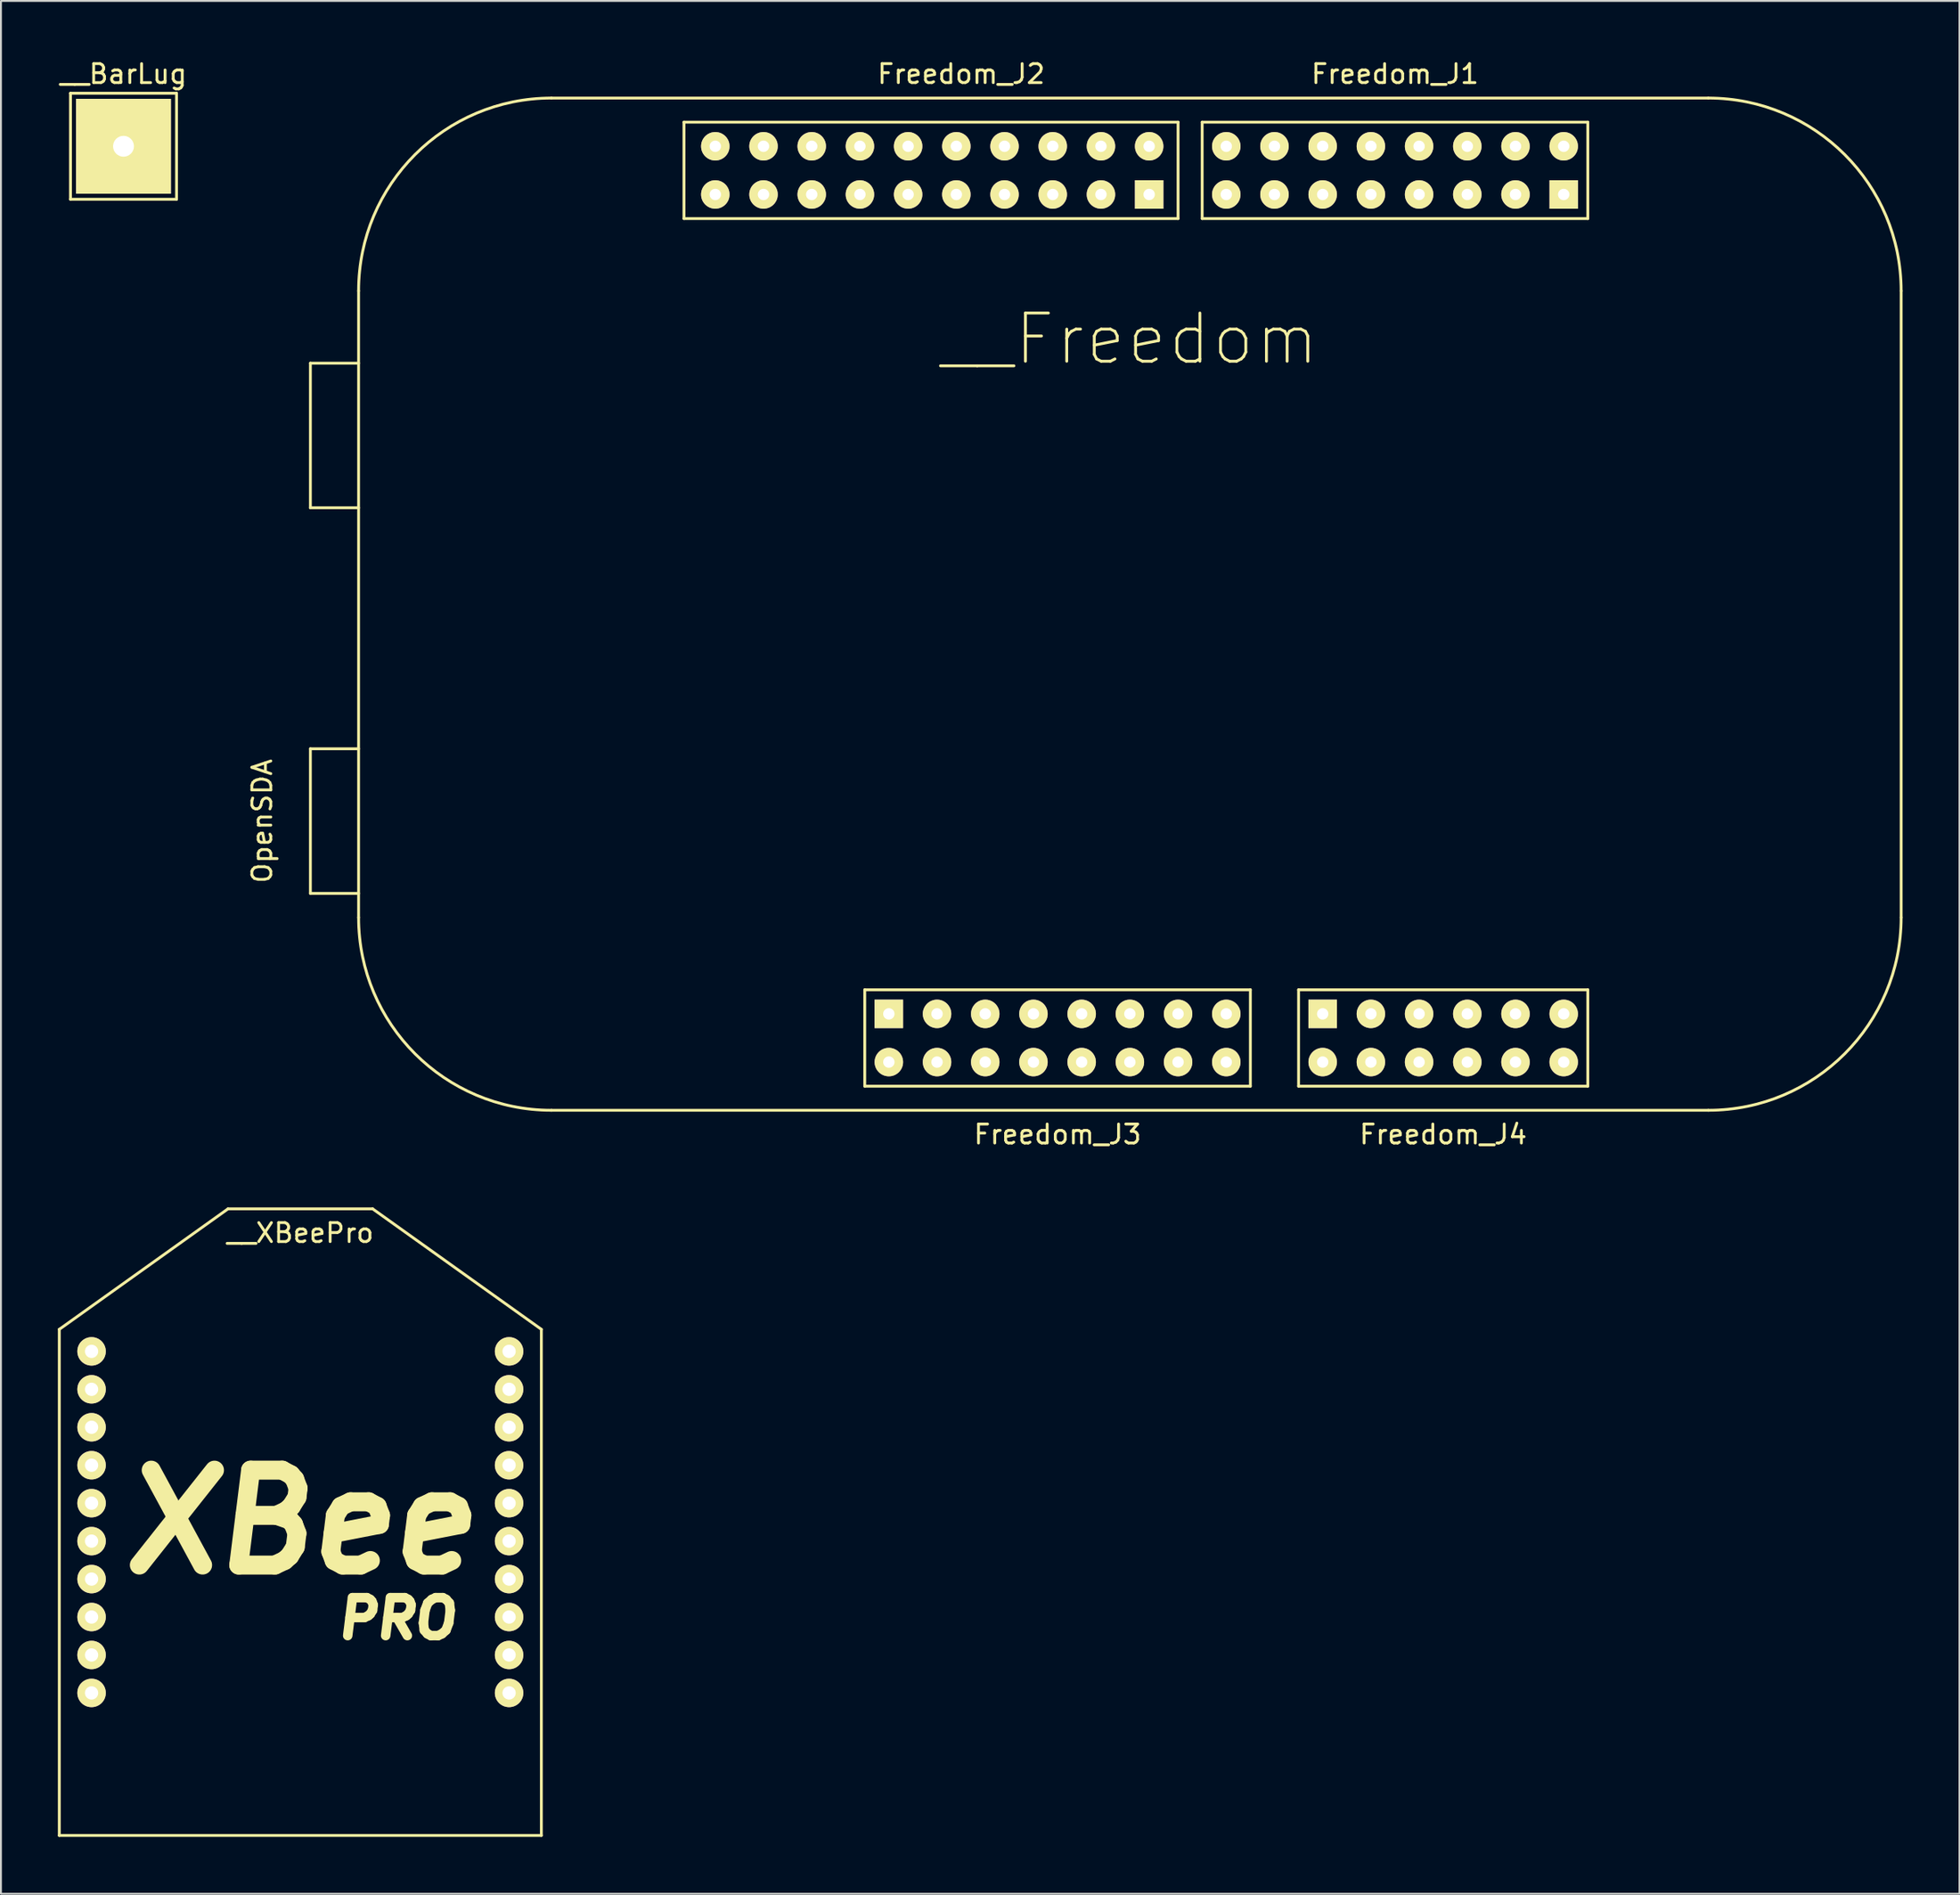
<source format=kicad_pcb>
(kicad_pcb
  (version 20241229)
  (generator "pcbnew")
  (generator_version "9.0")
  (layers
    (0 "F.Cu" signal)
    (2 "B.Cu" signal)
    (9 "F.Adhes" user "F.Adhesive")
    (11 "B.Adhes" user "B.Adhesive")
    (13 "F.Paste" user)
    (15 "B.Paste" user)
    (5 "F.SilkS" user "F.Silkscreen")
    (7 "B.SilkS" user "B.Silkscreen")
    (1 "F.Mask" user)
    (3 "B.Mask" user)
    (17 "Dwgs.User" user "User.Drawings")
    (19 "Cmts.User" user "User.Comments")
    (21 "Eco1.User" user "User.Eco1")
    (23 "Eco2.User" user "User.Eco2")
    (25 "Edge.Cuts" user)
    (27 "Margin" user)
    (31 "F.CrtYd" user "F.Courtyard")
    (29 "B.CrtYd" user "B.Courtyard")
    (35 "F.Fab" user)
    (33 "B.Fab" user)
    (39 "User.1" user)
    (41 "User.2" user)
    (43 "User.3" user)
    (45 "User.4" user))
  (footprint "__BarLug"
    (layer "F.Cu")
    (at 3.458 4.658)
    (property "Reference" "__BarLug" (at 0 -3.81 0) (layer "F.SilkS") (effects (font (size 1 1) (thickness 0.15))))
    (attr through_hole)
    (fp_line (start -2.794 -2.794) (end 2.794 -2.794) (stroke (width 0.15) (type solid)) (layer "F.SilkS"))
    (fp_line (start -2.794 2.794) (end -2.794 -2.794) (stroke (width 0.15) (type solid)) (layer "F.SilkS"))
    (fp_line (start 2.794 -2.794) (end 2.794 2.794) (stroke (width 0.15) (type solid)) (layer "F.SilkS"))
    (fp_line (start 2.794 2.794) (end -2.794 2.794) (stroke (width 0.15) (type solid)) (layer "F.SilkS"))
    (pad "1" thru_hole rect (at 0 0) (size 5 5) (drill 1.1) (layers "*.Cu" "*.Mask" "F.SilkS")))
  (footprint "__XBeePro"
    (layer "F.Cu")
    (at 12.775 77.162)
    (property "Reference" "__XBeePro" (at 0 -15.24 0) (layer "F.SilkS") (effects (font (size 1 1) (thickness 0.15))))
    (attr through_hole)
    (fp_line (start -12.7 -10.16) (end -3.81 -16.51) (stroke (width 0.15) (type solid)) (layer "F.SilkS"))
    (fp_line (start -12.7 16.51) (end -12.7 -10.16) (stroke (width 0.15) (type solid)) (layer "F.SilkS"))
    (fp_line (start 3.81 -16.51) (end -3.81 -16.51) (stroke (width 0.15) (type solid)) (layer "F.SilkS"))
    (fp_line (start 12.7 -10.16) (end 3.81 -16.51) (stroke (width 0.15) (type solid)) (layer "F.SilkS"))
    (fp_line (start 12.7 -10.16) (end 12.7 16.51) (stroke (width 0.15) (type solid)) (layer "F.SilkS"))
    (fp_line (start 12.7 16.51) (end -12.7 16.51) (stroke (width 0.15) (type solid)) (layer "F.SilkS"))
    (fp_text user "XBee" (at 0 0 0) (layer "F.SilkS") (effects (font (size 5 5) (thickness 1) (italic yes))))
    (fp_text user "PRO" (at 5.08 5.08 0) (layer "F.SilkS") (effects (font (size 2 2) (thickness 0.5) (italic yes))))
    (pad "1" thru_hole circle (at -11 -9) (size 1.5 1.5) (drill 0.7) (layers "*.Cu" "*.Mask" "F.SilkS"))
    (pad "2" thru_hole circle (at -11 -7) (size 1.5 1.5) (drill 0.7) (layers "*.Cu" "*.Mask" "F.SilkS"))
    (pad "3" thru_hole circle (at -11 -5) (size 1.5 1.5) (drill 0.7) (layers "*.Cu" "*.Mask" "F.SilkS"))
    (pad "4" thru_hole circle (at -11 -3) (size 1.5 1.5) (drill 0.7) (layers "*.Cu" "*.Mask" "F.SilkS"))
    (pad "5" thru_hole circle (at -11 -1) (size 1.5 1.5) (drill 0.7) (layers "*.Cu" "*.Mask" "F.SilkS"))
    (pad "6" thru_hole circle (at -11 1) (size 1.5 1.5) (drill 0.7) (layers "*.Cu" "*.Mask" "F.SilkS"))
    (pad "7" thru_hole circle (at -11 3) (size 1.5 1.5) (drill 0.7) (layers "*.Cu" "*.Mask" "F.SilkS"))
    (pad "8" thru_hole circle (at -11 5) (size 1.5 1.5) (drill 0.7) (layers "*.Cu" "*.Mask" "F.SilkS"))
    (pad "9" thru_hole circle (at -11 7) (size 1.5 1.5) (drill 0.7) (layers "*.Cu" "*.Mask" "F.SilkS"))
    (pad "10" thru_hole circle (at -11 9) (size 1.5 1.5) (drill 0.7) (layers "*.Cu" "*.Mask" "F.SilkS"))
    (pad "11" thru_hole circle (at 11 9) (size 1.5 1.5) (drill 0.7) (layers "*.Cu" "*.Mask" "F.SilkS"))
    (pad "12" thru_hole circle (at 11 7) (size 1.5 1.5) (drill 0.7) (layers "*.Cu" "*.Mask" "F.SilkS"))
    (pad "13" thru_hole circle (at 11 5) (size 1.5 1.5) (drill 0.7) (layers "*.Cu" "*.Mask" "F.SilkS"))
    (pad "14" thru_hole circle (at 11 3) (size 1.5 1.5) (drill 0.7) (layers "*.Cu" "*.Mask" "F.SilkS"))
    (pad "15" thru_hole circle (at 11 1) (size 1.5 1.5) (drill 0.7) (layers "*.Cu" "*.Mask" "F.SilkS"))
    (pad "16" thru_hole circle (at 11 -1) (size 1.5 1.5) (drill 0.7) (layers "*.Cu" "*.Mask" "F.SilkS"))
    (pad "17" thru_hole circle (at 11 -3) (size 1.5 1.5) (drill 0.7) (layers "*.Cu" "*.Mask" "F.SilkS"))
    (pad "18" thru_hole circle (at 11 -5) (size 1.5 1.5) (drill 0.7) (layers "*.Cu" "*.Mask" "F.SilkS"))
    (pad "19" thru_hole circle (at 11 -7) (size 1.5 1.5) (drill 0.7) (layers "*.Cu" "*.Mask" "F.SilkS"))
    (pad "20" thru_hole circle (at 11 -9) (size 1.5 1.5) (drill 0.7) (layers "*.Cu" "*.Mask" "F.SilkS")))
  (footprint "__Freedom"
    (layer "F.Cu")
    (at 56.485 28.788)
    (property "Reference" "__Freedom" (at 0 -13.97 0) (layer "F.SilkS") (effects (font (size 2.54 2.54) (thickness 0.15))))
    (attr through_hole)
    (fp_line (start -43.18 -12.7) (end -40.64 -12.7) (stroke (width 0.15) (type solid)) (layer "F.SilkS"))
    (fp_line (start -43.18 -5.08) (end -43.18 -12.7) (stroke (width 0.15) (type solid)) (layer "F.SilkS"))
    (fp_line (start -43.18 7.62) (end -40.64 7.62) (stroke (width 0.15) (type solid)) (layer "F.SilkS"))
    (fp_line (start -43.18 15.24) (end -43.18 7.62) (stroke (width 0.15) (type solid)) (layer "F.SilkS"))
    (fp_line (start -40.64 -16.51) (end -40.64 16.51) (stroke (width 0.15) (type solid)) (layer "F.SilkS"))
    (fp_line (start -40.64 -5.08) (end -43.18 -5.08) (stroke (width 0.15) (type solid)) (layer "F.SilkS"))
    (fp_line (start -40.64 15.24) (end -43.18 15.24) (stroke (width 0.15) (type solid)) (layer "F.SilkS"))
    (fp_line (start -30.48 -26.67) (end 30.48 -26.67) (stroke (width 0.15) (type solid)) (layer "F.SilkS"))
    (fp_line (start -23.495 -25.4) (end 2.54 -25.4) (stroke (width 0.15) (type solid)) (layer "F.SilkS"))
    (fp_line (start -23.495 -20.32) (end -23.495 -25.4) (stroke (width 0.15) (type solid)) (layer "F.SilkS"))
    (fp_line (start -13.97 20.32) (end 6.35 20.32) (stroke (width 0.15) (type solid)) (layer "F.SilkS"))
    (fp_line (start -13.97 25.4) (end -13.97 20.32) (stroke (width 0.15) (type solid)) (layer "F.SilkS"))
    (fp_line (start 2.54 -25.4) (end 2.54 -20.32) (stroke (width 0.15) (type solid)) (layer "F.SilkS"))
    (fp_line (start 2.54 -20.32) (end -23.495 -20.32) (stroke (width 0.15) (type solid)) (layer "F.SilkS"))
    (fp_line (start 3.81 -25.4) (end 3.81 -20.32) (stroke (width 0.15) (type solid)) (layer "F.SilkS"))
    (fp_line (start 3.81 -20.32) (end 24.13 -20.32) (stroke (width 0.15) (type solid)) (layer "F.SilkS"))
    (fp_line (start 6.35 20.32) (end 6.35 25.4) (stroke (width 0.15) (type solid)) (layer "F.SilkS"))
    (fp_line (start 6.35 25.4) (end -13.97 25.4) (stroke (width 0.15) (type solid)) (layer "F.SilkS"))
    (fp_line (start 8.89 20.32) (end 24.13 20.32) (stroke (width 0.15) (type solid)) (layer "F.SilkS"))
    (fp_line (start 8.89 25.4) (end 8.89 20.32) (stroke (width 0.15) (type solid)) (layer "F.SilkS"))
    (fp_line (start 24.13 -25.4) (end 3.81 -25.4) (stroke (width 0.15) (type solid)) (layer "F.SilkS"))
    (fp_line (start 24.13 -20.32) (end 24.13 -25.4) (stroke (width 0.15) (type solid)) (layer "F.SilkS"))
    (fp_line (start 24.13 20.32) (end 24.13 25.4) (stroke (width 0.15) (type solid)) (layer "F.SilkS"))
    (fp_line (start 24.13 25.4) (end 8.89 25.4) (stroke (width 0.15) (type solid)) (layer "F.SilkS"))
    (fp_line (start 30.48 26.67) (end -30.48 26.67) (stroke (width 0.15) (type solid)) (layer "F.SilkS"))
    (fp_line (start 40.64 -16.51) (end 40.64 16.51) (stroke (width 0.15) (type solid)) (layer "F.SilkS"))
    (fp_arc (start -40.64 -16.51) (mid -37.664205 -23.694205) (end -30.48 -26.67) (stroke (width 0.15) (type solid)) (layer "F.SilkS"))
    (fp_arc (start -30.48 26.67) (mid -37.664205 23.694205) (end -40.64 16.51) (stroke (width 0.15) (type solid)) (layer "F.SilkS"))
    (fp_arc (start 30.48 -26.67) (mid 37.664205 -23.694205) (end 40.64 -16.51) (stroke (width 0.15) (type solid)) (layer "F.SilkS"))
    (fp_arc (start 40.64 16.51) (mid 37.664205 23.694205) (end 30.48 26.67) (stroke (width 0.15) (type solid)) (layer "F.SilkS"))
    (fp_text user "Freedom_J2" (at -8.89 -27.94 0) (layer "F.SilkS") (effects (font (size 1 1) (thickness 0.15))))
    (fp_text user "OpenSDA" (at -45.72 11.43 90) (layer "F.SilkS") (effects (font (size 1 1) (thickness 0.15))))
    (fp_text user "Freedom_J4" (at 16.51 27.94 0) (layer "F.SilkS") (effects (font (size 1 1) (thickness 0.15))))
    (fp_text user "Freedom_J1" (at 13.97 -27.94 0) (layer "F.SilkS") (effects (font (size 1 1) (thickness 0.15))))
    (fp_text user "Freedom_J3" (at -3.81 27.94 0) (layer "F.SilkS") (effects (font (size 1 1) (thickness 0.15))))
    (pad "101" thru_hole rect (at 22.86 -21.59) (size 1.5 1.5) (drill 0.6) (layers "*.Cu" "*.Mask" "F.SilkS"))
    (pad "102" thru_hole circle (at 22.86 -24.13) (size 1.5 1.5) (drill 0.6) (layers "*.Cu" "*.Mask" "F.SilkS"))
    (pad "103" thru_hole circle (at 20.32 -21.59) (size 1.5 1.5) (drill 0.6) (layers "*.Cu" "*.Mask" "F.SilkS"))
    (pad "104" thru_hole circle (at 20.32 -24.13) (size 1.5 1.5) (drill 0.6) (layers "*.Cu" "*.Mask" "F.SilkS"))
    (pad "105" thru_hole circle (at 17.78 -21.59) (size 1.5 1.5) (drill 0.6) (layers "*.Cu" "*.Mask" "F.SilkS"))
    (pad "106" thru_hole circle (at 17.78 -24.13) (size 1.5 1.5) (drill 0.6) (layers "*.Cu" "*.Mask" "F.SilkS"))
    (pad "107" thru_hole circle (at 15.24 -21.59) (size 1.5 1.5) (drill 0.6) (layers "*.Cu" "*.Mask" "F.SilkS"))
    (pad "108" thru_hole circle (at 15.24 -24.13) (size 1.5 1.5) (drill 0.6) (layers "*.Cu" "*.Mask" "F.SilkS"))
    (pad "109" thru_hole circle (at 12.7 -21.59) (size 1.5 1.5) (drill 0.6) (layers "*.Cu" "*.Mask" "F.SilkS"))
    (pad "110" thru_hole circle (at 12.7 -24.13) (size 1.5 1.5) (drill 0.6) (layers "*.Cu" "*.Mask" "F.SilkS"))
    (pad "111" thru_hole circle (at 10.16 -21.59) (size 1.5 1.5) (drill 0.6) (layers "*.Cu" "*.Mask" "F.SilkS"))
    (pad "112" thru_hole circle (at 10.16 -24.13) (size 1.5 1.5) (drill 0.6) (layers "*.Cu" "*.Mask" "F.SilkS"))
    (pad "113" thru_hole circle (at 7.62 -21.59) (size 1.5 1.5) (drill 0.6) (layers "*.Cu" "*.Mask" "F.SilkS"))
    (pad "114" thru_hole circle (at 7.62 -24.13) (size 1.5 1.5) (drill 0.6) (layers "*.Cu" "*.Mask" "F.SilkS"))
    (pad "115" thru_hole circle (at 5.08 -21.59) (size 1.5 1.5) (drill 0.6) (layers "*.Cu" "*.Mask" "F.SilkS"))
    (pad "116" thru_hole circle (at 5.08 -24.13) (size 1.5 1.5) (drill 0.6) (layers "*.Cu" "*.Mask" "F.SilkS"))
    (pad "201" thru_hole rect (at 1.016 -21.59) (size 1.5 1.5) (drill 0.6) (layers "*.Cu" "*.Mask" "F.SilkS"))
    (pad "202" thru_hole circle (at 1.016 -24.13) (size 1.5 1.5) (drill 0.6) (layers "*.Cu" "*.Mask" "F.SilkS"))
    (pad "203" thru_hole circle (at -1.524 -21.59) (size 1.5 1.5) (drill 0.6) (layers "*.Cu" "*.Mask" "F.SilkS"))
    (pad "204" thru_hole circle (at -1.524 -24.13) (size 1.5 1.5) (drill 0.6) (layers "*.Cu" "*.Mask" "F.SilkS"))
    (pad "205" thru_hole circle (at -4.064 -21.59) (size 1.5 1.5) (drill 0.6) (layers "*.Cu" "*.Mask" "F.SilkS"))
    (pad "206" thru_hole circle (at -4.064 -24.13) (size 1.5 1.5) (drill 0.6) (layers "*.Cu" "*.Mask" "F.SilkS"))
    (pad "207" thru_hole circle (at -6.604 -21.59) (size 1.5 1.5) (drill 0.6) (layers "*.Cu" "*.Mask" "F.SilkS"))
    (pad "208" thru_hole circle (at -6.604 -24.13) (size 1.5 1.5) (drill 0.6) (layers "*.Cu" "*.Mask" "F.SilkS"))
    (pad "209" thru_hole circle (at -9.144 -21.59) (size 1.5 1.5) (drill 0.6) (layers "*.Cu" "*.Mask" "F.SilkS"))
    (pad "210" thru_hole circle (at -9.144 -24.13) (size 1.5 1.5) (drill 0.6) (layers "*.Cu" "*.Mask" "F.SilkS"))
    (pad "211" thru_hole circle (at -11.684 -21.59) (size 1.5 1.5) (drill 0.6) (layers "*.Cu" "*.Mask" "F.SilkS"))
    (pad "212" thru_hole circle (at -11.684 -24.13) (size 1.5 1.5) (drill 0.6) (layers "*.Cu" "*.Mask" "F.SilkS"))
    (pad "213" thru_hole circle (at -14.224 -21.59) (size 1.5 1.5) (drill 0.6) (layers "*.Cu" "*.Mask" "F.SilkS"))
    (pad "214" thru_hole circle (at -14.224 -24.13) (size 1.5 1.5) (drill 0.6) (layers "*.Cu" "*.Mask" "F.SilkS"))
    (pad "215" thru_hole circle (at -16.764 -21.59) (size 1.5 1.5) (drill 0.6) (layers "*.Cu" "*.Mask" "F.SilkS"))
    (pad "216" thru_hole circle (at -16.764 -24.13) (size 1.5 1.5) (drill 0.6) (layers "*.Cu" "*.Mask" "F.SilkS"))
    (pad "217" thru_hole circle (at -19.304 -21.59) (size 1.5 1.5) (drill 0.6) (layers "*.Cu" "*.Mask" "F.SilkS"))
    (pad "218" thru_hole circle (at -19.304 -24.13) (size 1.5 1.5) (drill 0.6) (layers "*.Cu" "*.Mask" "F.SilkS"))
    (pad "219" thru_hole circle (at -21.844 -21.59) (size 1.5 1.5) (drill 0.6) (layers "*.Cu" "*.Mask" "F.SilkS"))
    (pad "220" thru_hole circle (at -21.844 -24.13) (size 1.5 1.5) (drill 0.6) (layers "*.Cu" "*.Mask" "F.SilkS"))
    (pad "301" thru_hole rect (at -12.7 21.59) (size 1.5 1.5) (drill 0.6) (layers "*.Cu" "*.Mask" "F.SilkS"))
    (pad "302" thru_hole circle (at -12.7 24.13) (size 1.5 1.5) (drill 0.6) (layers "*.Cu" "*.Mask" "F.SilkS"))
    (pad "303" thru_hole circle (at -10.16 21.59) (size 1.5 1.5) (drill 0.6) (layers "*.Cu" "*.Mask" "F.SilkS"))
    (pad "304" thru_hole circle (at -10.16 24.13) (size 1.5 1.5) (drill 0.6) (layers "*.Cu" "*.Mask" "F.SilkS"))
    (pad "305" thru_hole circle (at -7.62 21.59) (size 1.5 1.5) (drill 0.6) (layers "*.Cu" "*.Mask" "F.SilkS"))
    (pad "306" thru_hole circle (at -7.62 24.13) (size 1.5 1.5) (drill 0.6) (layers "*.Cu" "*.Mask" "F.SilkS"))
    (pad "307" thru_hole circle (at -5.08 21.59) (size 1.5 1.5) (drill 0.6) (layers "*.Cu" "*.Mask" "F.SilkS"))
    (pad "308" thru_hole circle (at -5.08 24.13) (size 1.5 1.5) (drill 0.6) (layers "*.Cu" "*.Mask" "F.SilkS"))
    (pad "309" thru_hole circle (at -2.54 21.59) (size 1.5 1.5) (drill 0.6) (layers "*.Cu" "*.Mask" "F.SilkS"))
    (pad "310" thru_hole circle (at -2.54 24.13) (size 1.5 1.5) (drill 0.6) (layers "*.Cu" "*.Mask" "F.SilkS"))
    (pad "311" thru_hole circle (at 0 21.59) (size 1.5 1.5) (drill 0.6) (layers "*.Cu" "*.Mask" "F.SilkS"))
    (pad "312" thru_hole circle (at 0 24.13) (size 1.5 1.5) (drill 0.6) (layers "*.Cu" "*.Mask" "F.SilkS"))
    (pad "313" thru_hole circle (at 2.54 21.59) (size 1.5 1.5) (drill 0.6) (layers "*.Cu" "*.Mask" "F.SilkS"))
    (pad "314" thru_hole circle (at 2.54 24.13) (size 1.5 1.5) (drill 0.6) (layers "*.Cu" "*.Mask" "F.SilkS"))
    (pad "315" thru_hole circle (at 5.08 21.59) (size 1.5 1.5) (drill 0.6) (layers "*.Cu" "*.Mask" "F.SilkS"))
    (pad "316" thru_hole circle (at 5.08 24.13) (size 1.5 1.5) (drill 0.6) (layers "*.Cu" "*.Mask" "F.SilkS"))
    (pad "401" thru_hole rect (at 10.16 21.59) (size 1.5 1.5) (drill 0.6) (layers "*.Cu" "*.Mask" "F.SilkS"))
    (pad "402" thru_hole circle (at 10.16 24.13) (size 1.5 1.5) (drill 0.6) (layers "*.Cu" "*.Mask" "F.SilkS"))
    (pad "403" thru_hole circle (at 12.7 21.59) (size 1.5 1.5) (drill 0.6) (layers "*.Cu" "*.Mask" "F.SilkS"))
    (pad "404" thru_hole circle (at 12.7 24.13) (size 1.5 1.5) (drill 0.6) (layers "*.Cu" "*.Mask" "F.SilkS"))
    (pad "405" thru_hole circle (at 15.24 21.59) (size 1.5 1.5) (drill 0.6) (layers "*.Cu" "*.Mask" "F.SilkS"))
    (pad "406" thru_hole circle (at 15.24 24.13) (size 1.5 1.5) (drill 0.6) (layers "*.Cu" "*.Mask" "F.SilkS"))
    (pad "407" thru_hole circle (at 17.78 21.59) (size 1.5 1.5) (drill 0.6) (layers "*.Cu" "*.Mask" "F.SilkS"))
    (pad "408" thru_hole circle (at 17.78 24.13) (size 1.5 1.5) (drill 0.6) (layers "*.Cu" "*.Mask" "F.SilkS"))
    (pad "409" thru_hole circle (at 20.32 21.59) (size 1.5 1.5) (drill 0.6) (layers "*.Cu" "*.Mask" "F.SilkS"))
    (pad "410" thru_hole circle (at 20.32 24.13) (size 1.5 1.5) (drill 0.6) (layers "*.Cu" "*.Mask" "F.SilkS"))
    (pad "411" thru_hole circle (at 22.86 21.59) (size 1.5 1.5) (drill 0.6) (layers "*.Cu" "*.Mask" "F.SilkS"))
    (pad "412" thru_hole circle (at 22.86 24.13) (size 1.5 1.5) (drill 0.6) (layers "*.Cu" "*.Mask" "F.SilkS")))
  (gr_rect
    (start -3 -3)
    (end 100.2 96.746)
    (stroke (width 0.1) (type default))
    (fill no)
    (layer "Edge.Cuts")))
</source>
